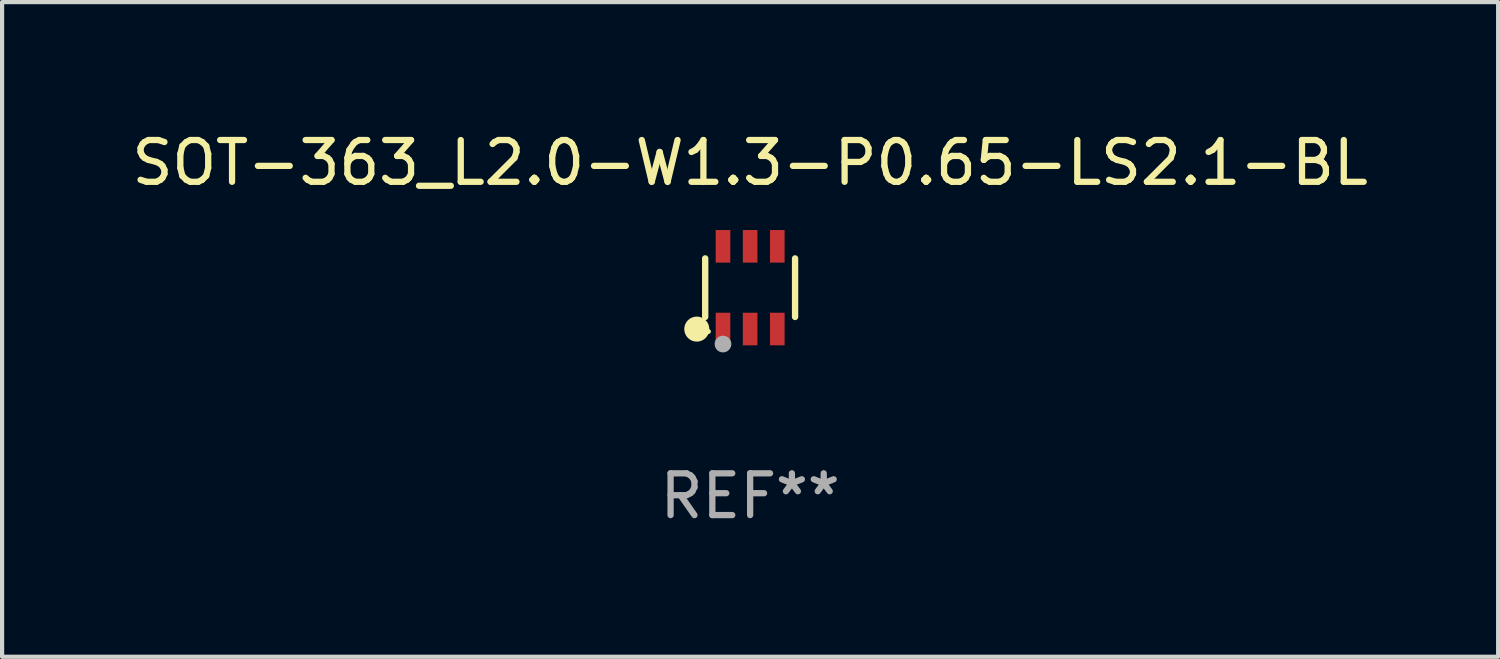
<source format=kicad_pcb>
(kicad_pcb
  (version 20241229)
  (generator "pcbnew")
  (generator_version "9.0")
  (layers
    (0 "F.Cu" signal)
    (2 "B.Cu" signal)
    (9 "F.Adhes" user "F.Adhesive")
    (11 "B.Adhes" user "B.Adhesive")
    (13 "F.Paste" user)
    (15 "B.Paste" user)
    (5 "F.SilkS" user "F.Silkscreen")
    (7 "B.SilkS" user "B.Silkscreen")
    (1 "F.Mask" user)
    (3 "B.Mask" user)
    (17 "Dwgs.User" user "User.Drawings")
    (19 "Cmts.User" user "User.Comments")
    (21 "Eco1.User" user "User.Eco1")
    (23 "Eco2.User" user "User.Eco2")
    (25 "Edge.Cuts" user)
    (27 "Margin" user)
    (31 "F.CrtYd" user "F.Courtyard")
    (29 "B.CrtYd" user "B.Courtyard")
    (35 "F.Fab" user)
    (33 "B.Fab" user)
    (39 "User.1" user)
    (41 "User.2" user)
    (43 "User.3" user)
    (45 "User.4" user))
  (footprint "SOT-363_L2.0-W1.3-P0.65-LS2.1-BL"
    (layer "F.Cu")
    (at 14.911 3.838)
    (property "Reference" "SOT-363_L2.0-W1.3-P0.65-LS2.1-BL" (at 0 -2.99 0) (layer "F.SilkS") (effects (font (size 1 1) (thickness 0.15))))
    (attr through_hole)
    (fp_line (start -1.076 0.701) (end -1.076 -0.701) (stroke (width 0.152) (type solid)) (layer "F.SilkS"))
    (fp_line (start 1.076 0.701) (end 1.076 -0.701) (stroke (width 0.152) (type solid)) (layer "F.SilkS"))
    (fp_circle (center -1.277 0.992) (end -1.127 0.992) (stroke (width 0.3) (type solid)) (fill no) (layer "F.SilkS"))
    (fp_circle (center -1 1.05) (end -0.97 1.05) (stroke (width 0.06) (type solid)) (fill no) (layer "F.SilkS"))
    (fp_circle (center -0.65 1.35) (end -0.55 1.35) (stroke (width 0.2) (type solid)) (fill no) (layer "F.Fab"))
    (fp_text user "REF**" (at 0 4.99 0) (layer "F.Fab") (effects (font (size 1 1) (thickness 0.15))))
    (pad "1" smd rect (at -0.65 0.99) (size 0.35 0.78) (layers "F.Cu" "F.Mask" "F.Paste"))
    (pad "2" smd rect (at 0 0.99) (size 0.35 0.78) (layers "F.Cu" "F.Mask" "F.Paste"))
    (pad "3" smd rect (at 0.65 0.99) (size 0.35 0.78) (layers "F.Cu" "F.Mask" "F.Paste"))
    (pad "4" smd rect (at 0.65 -0.99) (size 0.35 0.78) (layers "F.Cu" "F.Mask" "F.Paste"))
    (pad "5" smd rect (at 0 -0.99) (size 0.35 0.78) (layers "F.Cu" "F.Mask" "F.Paste"))
    (pad "6" smd rect (at -0.65 -0.99) (size 0.35 0.78) (layers "F.Cu" "F.Mask" "F.Paste")))
  (gr_rect
    (start -3 -3)
    (end 32.821 12.676)
    (stroke (width 0.1) (type default))
    (fill no)
    (layer "Edge.Cuts")))
</source>
